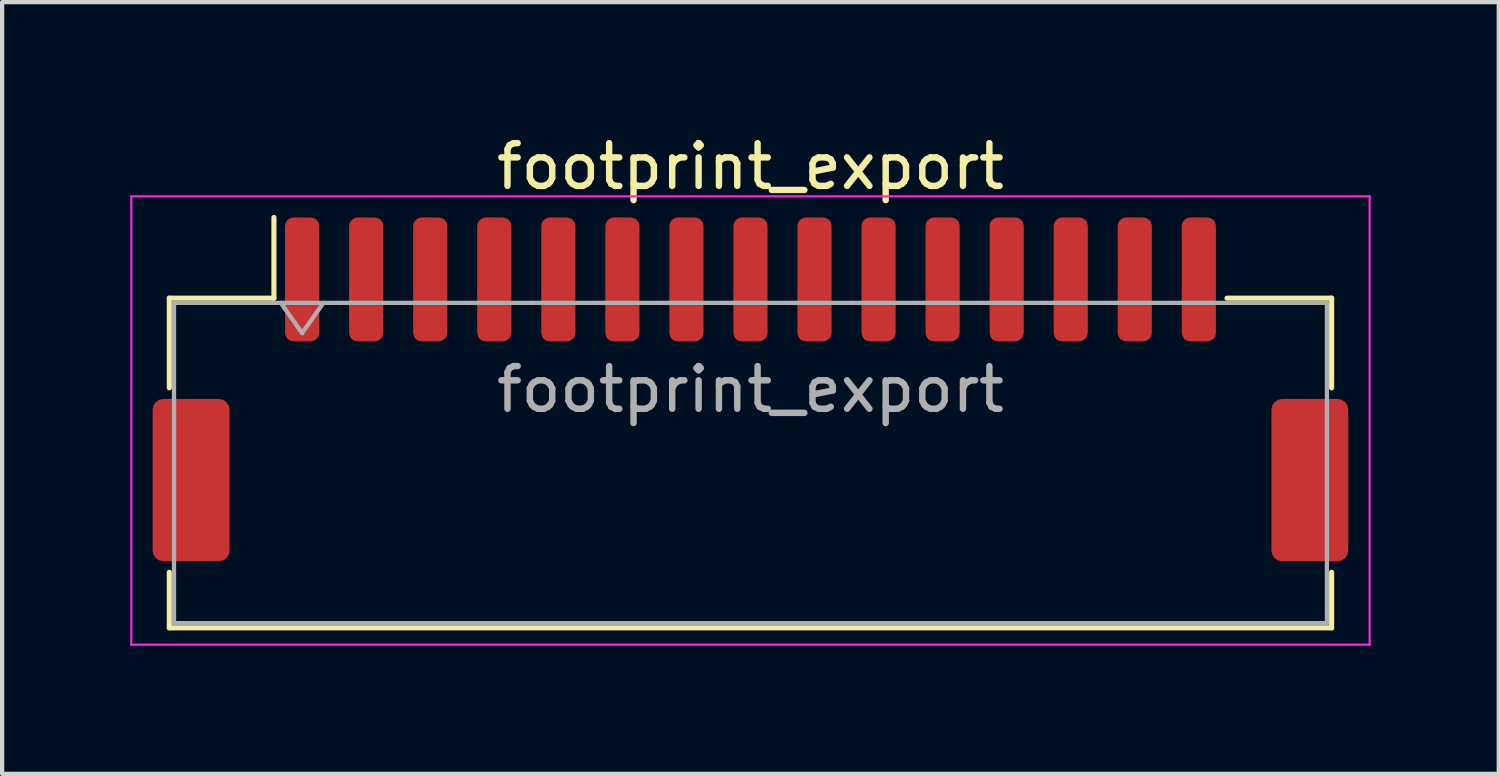
<source format=kicad_pcb>
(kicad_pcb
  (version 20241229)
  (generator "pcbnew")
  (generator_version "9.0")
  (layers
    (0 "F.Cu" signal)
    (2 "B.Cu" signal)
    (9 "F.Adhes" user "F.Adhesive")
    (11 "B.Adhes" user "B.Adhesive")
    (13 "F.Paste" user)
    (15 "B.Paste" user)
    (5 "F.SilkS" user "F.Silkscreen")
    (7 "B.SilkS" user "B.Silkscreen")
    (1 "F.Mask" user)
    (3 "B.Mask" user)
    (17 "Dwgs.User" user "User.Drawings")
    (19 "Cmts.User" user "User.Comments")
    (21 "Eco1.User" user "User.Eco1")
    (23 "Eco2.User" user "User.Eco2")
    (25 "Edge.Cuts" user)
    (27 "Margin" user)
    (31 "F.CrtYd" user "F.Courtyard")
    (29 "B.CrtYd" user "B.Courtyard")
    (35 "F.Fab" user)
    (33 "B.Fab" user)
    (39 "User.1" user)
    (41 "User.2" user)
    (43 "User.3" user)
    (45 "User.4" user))
  (footprint "footprint_export"
    (layer "F.Cu")
    (at 14.525 6.068)
    (property "Reference" "footprint_export" (at 0 -5.22 0) (layer "F.SilkS") (effects (font (size 1 1) (thickness 0.15))))
    (attr smd)
    (fp_line (start -13.61 -2.135) (end -11.16 -2.135) (stroke (width 0.12) (type solid)) (layer "F.SilkS"))
    (fp_line (start -13.61 -0.035) (end -13.61 -2.135) (stroke (width 0.12) (type solid)) (layer "F.SilkS"))
    (fp_line (start -13.61 4.285) (end -13.61 5.585) (stroke (width 0.12) (type solid)) (layer "F.SilkS"))
    (fp_line (start -13.61 5.585) (end 13.61 5.585) (stroke (width 0.12) (type solid)) (layer "F.SilkS"))
    (fp_line (start -11.16 -2.135) (end -11.16 -4.025) (stroke (width 0.12) (type solid)) (layer "F.SilkS"))
    (fp_line (start 13.61 -2.135) (end 11.16 -2.135) (stroke (width 0.12) (type solid)) (layer "F.SilkS"))
    (fp_line (start 13.61 -0.035) (end 13.61 -2.135) (stroke (width 0.12) (type solid)) (layer "F.SilkS"))
    (fp_line (start 13.61 5.585) (end 13.61 4.285) (stroke (width 0.12) (type solid)) (layer "F.SilkS"))
    (fp_line (start -14.5 -4.52) (end -14.5 5.98) (stroke (width 0.05) (type solid)) (layer "F.CrtYd"))
    (fp_line (start -14.5 5.98) (end 14.5 5.98) (stroke (width 0.05) (type solid)) (layer "F.CrtYd"))
    (fp_line (start 14.5 -4.52) (end -14.5 -4.52) (stroke (width 0.05) (type solid)) (layer "F.CrtYd"))
    (fp_line (start 14.5 5.98) (end 14.5 -4.52) (stroke (width 0.05) (type solid)) (layer "F.CrtYd"))
    (fp_line (start -13.5 -2.025) (end -13.5 5.475) (stroke (width 0.1) (type solid)) (layer "F.Fab"))
    (fp_line (start -13.5 -2.025) (end 13.5 -2.025) (stroke (width 0.1) (type solid)) (layer "F.Fab"))
    (fp_line (start -13.5 5.475) (end 13.5 5.475) (stroke (width 0.1) (type solid)) (layer "F.Fab"))
    (fp_line (start -11 -2.025) (end -10.5 -1.318) (stroke (width 0.1) (type solid)) (layer "F.Fab"))
    (fp_line (start -10.5 -1.318) (end -10 -2.025) (stroke (width 0.1) (type solid)) (layer "F.Fab"))
    (fp_line (start 13.5 -2.025) (end 13.5 5.475) (stroke (width 0.1) (type solid)) (layer "F.Fab"))
    (fp_text user "${REFERENCE}" (at 0 0 0) (layer "F.Fab") (effects (font (size 1 1) (thickness 0.15))))
    (pad "1" smd roundrect (at -10.5 -2.575) (size 0.8 2.9) (layers "F.Cu" "F.Mask" "F.Paste") (roundrect_rratio 0.25))
    (pad "2" smd roundrect (at -9 -2.575) (size 0.8 2.9) (layers "F.Cu" "F.Mask" "F.Paste") (roundrect_rratio 0.25))
    (pad "3" smd roundrect (at -7.5 -2.575) (size 0.8 2.9) (layers "F.Cu" "F.Mask" "F.Paste") (roundrect_rratio 0.25))
    (pad "4" smd roundrect (at -6 -2.575) (size 0.8 2.9) (layers "F.Cu" "F.Mask" "F.Paste") (roundrect_rratio 0.25))
    (pad "5" smd roundrect (at -4.5 -2.575) (size 0.8 2.9) (layers "F.Cu" "F.Mask" "F.Paste") (roundrect_rratio 0.25))
    (pad "6" smd roundrect (at -3 -2.575) (size 0.8 2.9) (layers "F.Cu" "F.Mask" "F.Paste") (roundrect_rratio 0.25))
    (pad "7" smd roundrect (at -1.5 -2.575) (size 0.8 2.9) (layers "F.Cu" "F.Mask" "F.Paste") (roundrect_rratio 0.25))
    (pad "8" smd roundrect (at 0 -2.575) (size 0.8 2.9) (layers "F.Cu" "F.Mask" "F.Paste") (roundrect_rratio 0.25))
    (pad "9" smd roundrect (at 1.5 -2.575) (size 0.8 2.9) (layers "F.Cu" "F.Mask" "F.Paste") (roundrect_rratio 0.25))
    (pad "10" smd roundrect (at 3 -2.575) (size 0.8 2.9) (layers "F.Cu" "F.Mask" "F.Paste") (roundrect_rratio 0.25))
    (pad "11" smd roundrect (at 4.5 -2.575) (size 0.8 2.9) (layers "F.Cu" "F.Mask" "F.Paste") (roundrect_rratio 0.25))
    (pad "12" smd roundrect (at 6 -2.575) (size 0.8 2.9) (layers "F.Cu" "F.Mask" "F.Paste") (roundrect_rratio 0.25))
    (pad "13" smd roundrect (at 7.5 -2.575) (size 0.8 2.9) (layers "F.Cu" "F.Mask" "F.Paste") (roundrect_rratio 0.25))
    (pad "14" smd roundrect (at 9 -2.575) (size 0.8 2.9) (layers "F.Cu" "F.Mask" "F.Paste") (roundrect_rratio 0.25))
    (pad "15" smd roundrect (at 10.5 -2.575) (size 0.8 2.9) (layers "F.Cu" "F.Mask" "F.Paste") (roundrect_rratio 0.25))
    (pad "MP" smd roundrect (at -13.1 2.125) (size 1.8 3.8) (layers "F.Cu" "F.Mask" "F.Paste") (roundrect_rratio 0.139))
    (pad "MP" smd roundrect (at 13.1 2.125) (size 1.8 3.8) (layers "F.Cu" "F.Mask" "F.Paste") (roundrect_rratio 0.139)))
  (gr_rect
    (start -3 -3)
    (end 32.05 15.073)
    (stroke (width 0.1) (type default))
    (fill no)
    (layer "Edge.Cuts")))
</source>
